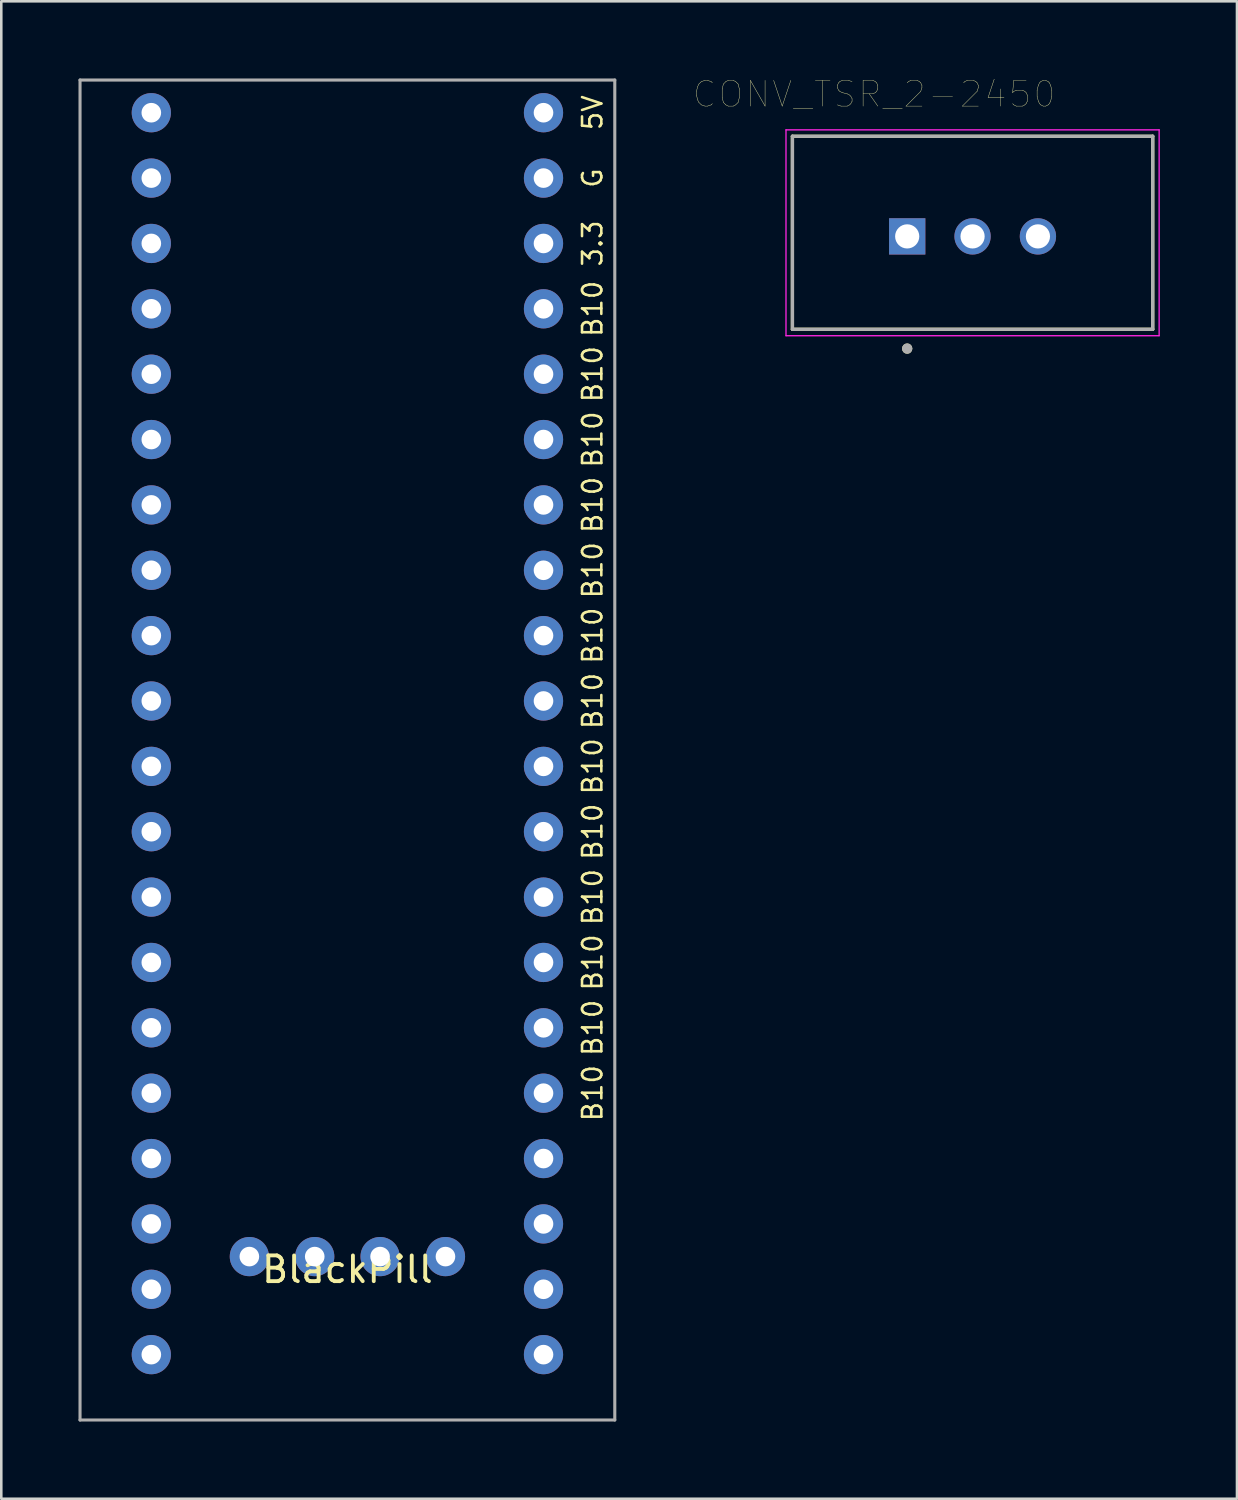
<source format=kicad_pcb>
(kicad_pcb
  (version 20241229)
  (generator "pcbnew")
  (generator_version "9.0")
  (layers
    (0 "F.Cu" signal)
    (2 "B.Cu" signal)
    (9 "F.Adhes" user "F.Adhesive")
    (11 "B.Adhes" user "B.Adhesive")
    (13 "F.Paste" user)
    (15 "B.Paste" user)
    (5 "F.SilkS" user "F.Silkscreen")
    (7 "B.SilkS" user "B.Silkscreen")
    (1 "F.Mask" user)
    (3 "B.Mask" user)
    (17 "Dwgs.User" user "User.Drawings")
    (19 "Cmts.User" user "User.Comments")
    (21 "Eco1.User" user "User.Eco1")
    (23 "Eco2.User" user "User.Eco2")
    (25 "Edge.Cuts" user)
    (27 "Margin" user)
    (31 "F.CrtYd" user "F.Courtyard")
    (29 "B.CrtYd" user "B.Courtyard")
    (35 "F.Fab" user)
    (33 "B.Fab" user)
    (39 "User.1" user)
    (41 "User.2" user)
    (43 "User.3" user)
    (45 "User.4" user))
  (footprint "CONV_TSR_2-2450"
    (layer "F.Cu")
    (at 32.203 6.136)
    (property "Reference" "CONV_TSR_2-2450" (at -1.285 -5.525 0) (layer "F.SilkS") (effects (font (size 1 1) (thickness 0.015))))
    (attr through_hole)
    (fp_line (start -4.46 -3.89) (end 9.54 -3.89) (stroke (width 0.127) (type solid)) (layer "F.SilkS"))
    (fp_line (start -4.46 3.61) (end -4.46 -3.89) (stroke (width 0.127) (type solid)) (layer "F.SilkS"))
    (fp_line (start 9.54 -3.89) (end 9.54 3.61) (stroke (width 0.127) (type solid)) (layer "F.SilkS"))
    (fp_line (start 9.54 3.61) (end -4.46 3.61) (stroke (width 0.127) (type solid)) (layer "F.SilkS"))
    (fp_circle (center 0 4.36) (end 0.1 4.36) (stroke (width 0.2) (type solid)) (fill no) (layer "F.SilkS"))
    (fp_line (start -4.71 -4.14) (end 9.79 -4.14) (stroke (width 0.05) (type solid)) (layer "F.CrtYd"))
    (fp_line (start -4.71 3.86) (end -4.71 -4.14) (stroke (width 0.05) (type solid)) (layer "F.CrtYd"))
    (fp_line (start 9.79 -4.14) (end 9.79 3.86) (stroke (width 0.05) (type solid)) (layer "F.CrtYd"))
    (fp_line (start 9.79 3.86) (end -4.71 3.86) (stroke (width 0.05) (type solid)) (layer "F.CrtYd"))
    (fp_line (start -4.46 -3.89) (end 9.54 -3.89) (stroke (width 0.127) (type solid)) (layer "F.Fab"))
    (fp_line (start -4.46 3.61) (end -4.46 -3.89) (stroke (width 0.127) (type solid)) (layer "F.Fab"))
    (fp_line (start 9.54 -3.89) (end 9.54 3.61) (stroke (width 0.127) (type solid)) (layer "F.Fab"))
    (fp_line (start 9.54 3.61) (end -4.46 3.61) (stroke (width 0.127) (type solid)) (layer "F.Fab"))
    (fp_circle (center 0 4.36) (end 0.1 4.36) (stroke (width 0.2) (type solid)) (fill no) (layer "F.Fab"))
    (pad "1" thru_hole rect (at 0 0) (size 1.41 1.41) (drill 0.94) (layers "*.Cu" "*.Mask"))
    (pad "2" thru_hole circle (at 2.54 0) (size 1.41 1.41) (drill 0.94) (layers "*.Cu" "*.Mask"))
    (pad "3" thru_hole circle (at 5.08 0) (size 1.41 1.41) (drill 0.94) (layers "*.Cu" "*.Mask")))
  (footprint "BlackPill"
    (layer "F.Cu")
    (at 10.45 45.78)
    (property "Reference" "BlackPill" (at 0 0.5 0) (layer "F.SilkS") (effects (font (size 1 1) (thickness 0.15))))
    (attr through_hole)
    (fp_line (start -10.39 -45.72) (end 10.39 -45.72) (stroke (width 0.12) (type solid)) (layer "F.Fab"))
    (fp_line (start -10.39 6.35) (end -10.39 -45.72) (stroke (width 0.12) (type solid)) (layer "F.Fab"))
    (fp_line (start 10.39 -45.72) (end 10.39 6.35) (stroke (width 0.12) (type solid)) (layer "F.Fab"))
    (fp_line (start 10.39 6.35) (end -10.39 6.35) (stroke (width 0.12) (type solid)) (layer "F.Fab"))
    (fp_text user "B10" (at 9.525 -6.35 90) (layer "F.SilkS") (effects (font (size 0.75 0.75) (thickness 0.1))))
    (fp_text user "B10" (at 9.525 -13.97 90) (layer "F.SilkS") (effects (font (size 0.75 0.75) (thickness 0.1))))
    (fp_text user "B10" (at 9.525 -16.51 90) (layer "F.SilkS") (effects (font (size 0.75 0.75) (thickness 0.1))))
    (fp_text user "B10" (at 9.525 -21.59 90) (layer "F.SilkS") (effects (font (size 0.75 0.75) (thickness 0.1))))
    (fp_text user "B10" (at 9.525 -11.43 90) (layer "F.SilkS") (effects (font (size 0.75 0.75) (thickness 0.1))))
    (fp_text user "B10" (at 9.525 -36.83 90) (layer "F.SilkS") (effects (font (size 0.75 0.75) (thickness 0.1))))
    (fp_text user "B10" (at 9.525 -29.21 90) (layer "F.SilkS") (effects (font (size 0.75 0.75) (thickness 0.1))))
    (fp_text user "B10" (at 9.525 -19.05 90) (layer "F.SilkS") (effects (font (size 0.75 0.75) (thickness 0.1))))
    (fp_text user "B10" (at 9.525 -31.75 90) (layer "F.SilkS") (effects (font (size 0.75 0.75) (thickness 0.1))))
    (fp_text user "3.3" (at 9.525 -39.37 90) (layer "F.SilkS") (effects (font (size 0.75 0.75) (thickness 0.1))))
    (fp_text user "5V" (at 9.525 -44.45 90) (layer "F.SilkS") (effects (font (size 0.75 0.75) (thickness 0.1))))
    (fp_text user "B10" (at 9.525 -24.13 90) (layer "F.SilkS") (effects (font (size 0.75 0.75) (thickness 0.1))))
    (fp_text user "B10" (at 9.525 -34.29 90) (layer "F.SilkS") (effects (font (size 0.75 0.75) (thickness 0.1))))
    (fp_text user "G" (at 9.525 -41.91 90) (layer "F.SilkS") (effects (font (size 0.75 0.75) (thickness 0.1))))
    (fp_text user "B10" (at 9.525 -8.89 90) (layer "F.SilkS") (effects (font (size 0.75 0.75) (thickness 0.1))))
    (fp_text user "B10" (at 9.525 -26.67 90) (layer "F.SilkS") (effects (font (size 0.75 0.75) (thickness 0.1))))
    (pad "1" thru_hole circle (at 7.62 3.81) (size 1.524 1.524) (drill 0.762) (layers "*.Cu" "*.Mask"))
    (pad "2" thru_hole circle (at 7.62 1.27) (size 1.524 1.524) (drill 0.762) (layers "*.Cu" "*.Mask"))
    (pad "3" thru_hole circle (at 7.62 -1.27) (size 1.524 1.524) (drill 0.762) (layers "*.Cu" "*.Mask"))
    (pad "4" thru_hole circle (at 7.62 -3.81) (size 1.524 1.524) (drill 0.762) (layers "*.Cu" "*.Mask"))
    (pad "5" thru_hole circle (at 7.62 -6.35) (size 1.524 1.524) (drill 0.762) (layers "*.Cu" "*.Mask"))
    (pad "6" thru_hole circle (at 7.62 -8.89) (size 1.524 1.524) (drill 0.762) (layers "*.Cu" "*.Mask"))
    (pad "7" thru_hole circle (at 7.62 -11.43) (size 1.524 1.524) (drill 0.762) (layers "*.Cu" "*.Mask"))
    (pad "8" thru_hole circle (at 7.62 -13.97) (size 1.524 1.524) (drill 0.762) (layers "*.Cu" "*.Mask"))
    (pad "9" thru_hole circle (at 7.62 -16.51) (size 1.524 1.524) (drill 0.762) (layers "*.Cu" "*.Mask"))
    (pad "10" thru_hole circle (at 7.62 -19.05) (size 1.524 1.524) (drill 0.762) (layers "*.Cu" "*.Mask"))
    (pad "11" thru_hole circle (at 7.62 -21.59) (size 1.524 1.524) (drill 0.762) (layers "*.Cu" "*.Mask"))
    (pad "12" thru_hole circle (at 7.62 -24.13) (size 1.524 1.524) (drill 0.762) (layers "*.Cu" "*.Mask"))
    (pad "13" thru_hole circle (at 7.62 -26.67) (size 1.524 1.524) (drill 0.762) (layers "*.Cu" "*.Mask"))
    (pad "14" thru_hole circle (at 7.62 -29.21) (size 1.524 1.524) (drill 0.762) (layers "*.Cu" "*.Mask"))
    (pad "15" thru_hole circle (at 7.62 -31.75) (size 1.524 1.524) (drill 0.762) (layers "*.Cu" "*.Mask"))
    (pad "16" thru_hole circle (at 7.62 -34.29) (size 1.524 1.524) (drill 0.762) (layers "*.Cu" "*.Mask"))
    (pad "17" thru_hole circle (at 7.62 -36.83) (size 1.524 1.524) (drill 0.762) (layers "*.Cu" "*.Mask"))
    (pad "18" thru_hole circle (at 7.62 -39.37) (size 1.524 1.524) (drill 0.762) (layers "*.Cu" "*.Mask"))
    (pad "19" thru_hole circle (at 7.62 -41.91) (size 1.524 1.524) (drill 0.762) (layers "*.Cu" "*.Mask"))
    (pad "20" thru_hole circle (at 7.62 -44.45) (size 1.524 1.524) (drill 0.762) (layers "*.Cu" "*.Mask"))
    (pad "21" thru_hole circle (at -7.62 -44.45) (size 1.524 1.524) (drill 0.762) (layers "*.Cu" "*.Mask"))
    (pad "22" thru_hole circle (at -7.62 -41.91) (size 1.524 1.524) (drill 0.762) (layers "*.Cu" "*.Mask"))
    (pad "23" thru_hole circle (at -7.62 -39.37) (size 1.524 1.524) (drill 0.762) (layers "*.Cu" "*.Mask"))
    (pad "24" thru_hole circle (at -7.62 -36.83) (size 1.524 1.524) (drill 0.762) (layers "*.Cu" "*.Mask"))
    (pad "25" thru_hole circle (at -7.62 -34.29) (size 1.524 1.524) (drill 0.762) (layers "*.Cu" "*.Mask"))
    (pad "26" thru_hole circle (at -7.62 -31.75) (size 1.524 1.524) (drill 0.762) (layers "*.Cu" "*.Mask"))
    (pad "27" thru_hole circle (at -7.62 -29.21) (size 1.524 1.524) (drill 0.762) (layers "*.Cu" "*.Mask"))
    (pad "28" thru_hole circle (at -7.62 -26.67) (size 1.524 1.524) (drill 0.762) (layers "*.Cu" "*.Mask"))
    (pad "29" thru_hole circle (at -7.62 -24.13) (size 1.524 1.524) (drill 0.762) (layers "*.Cu" "*.Mask"))
    (pad "30" thru_hole circle (at -7.62 -21.59) (size 1.524 1.524) (drill 0.762) (layers "*.Cu" "*.Mask"))
    (pad "31" thru_hole circle (at -7.62 -19.05) (size 1.524 1.524) (drill 0.762) (layers "*.Cu" "*.Mask"))
    (pad "32" thru_hole circle (at -7.62 -16.51) (size 1.524 1.524) (drill 0.762) (layers "*.Cu" "*.Mask"))
    (pad "33" thru_hole circle (at -7.62 -13.97) (size 1.524 1.524) (drill 0.762) (layers "*.Cu" "*.Mask"))
    (pad "34" thru_hole circle (at -7.62 -11.43) (size 1.524 1.524) (drill 0.762) (layers "*.Cu" "*.Mask"))
    (pad "35" thru_hole circle (at -7.62 -8.89) (size 1.524 1.524) (drill 0.762) (layers "*.Cu" "*.Mask"))
    (pad "36" thru_hole circle (at -7.62 -3.81) (size 1.524 1.524) (drill 0.762) (layers "*.Cu" "*.Mask"))
    (pad "37" thru_hole circle (at -7.62 -6.35) (size 1.524 1.524) (drill 0.762) (layers "*.Cu" "*.Mask"))
    (pad "38" thru_hole circle (at -7.62 -1.27) (size 1.524 1.524) (drill 0.762) (layers "*.Cu" "*.Mask"))
    (pad "39" thru_hole circle (at -7.62 1.27) (size 1.524 1.524) (drill 0.762) (layers "*.Cu" "*.Mask"))
    (pad "40" thru_hole circle (at -7.62 3.81) (size 1.524 1.524) (drill 0.762) (layers "*.Cu" "*.Mask"))
    (pad "41" thru_hole circle (at 1.27 0) (size 1.524 1.524) (drill 0.762) (layers "*.Cu" "*.Mask"))
    (pad "42" thru_hole circle (at 3.81 0) (size 1.524 1.524) (drill 0.762) (layers "*.Cu" "*.Mask"))
    (pad "43" thru_hole circle (at -1.27 0) (size 1.524 1.524) (drill 0.762) (layers "*.Cu" "*.Mask"))
    (pad "44" thru_hole circle (at -3.81 0) (size 1.524 1.524) (drill 0.762) (layers "*.Cu" "*.Mask")))
  (gr_rect
    (start -3 -3)
    (end 45.018 55.19)
    (stroke (width 0.1) (type default))
    (fill no)
    (layer "Edge.Cuts")))
</source>
